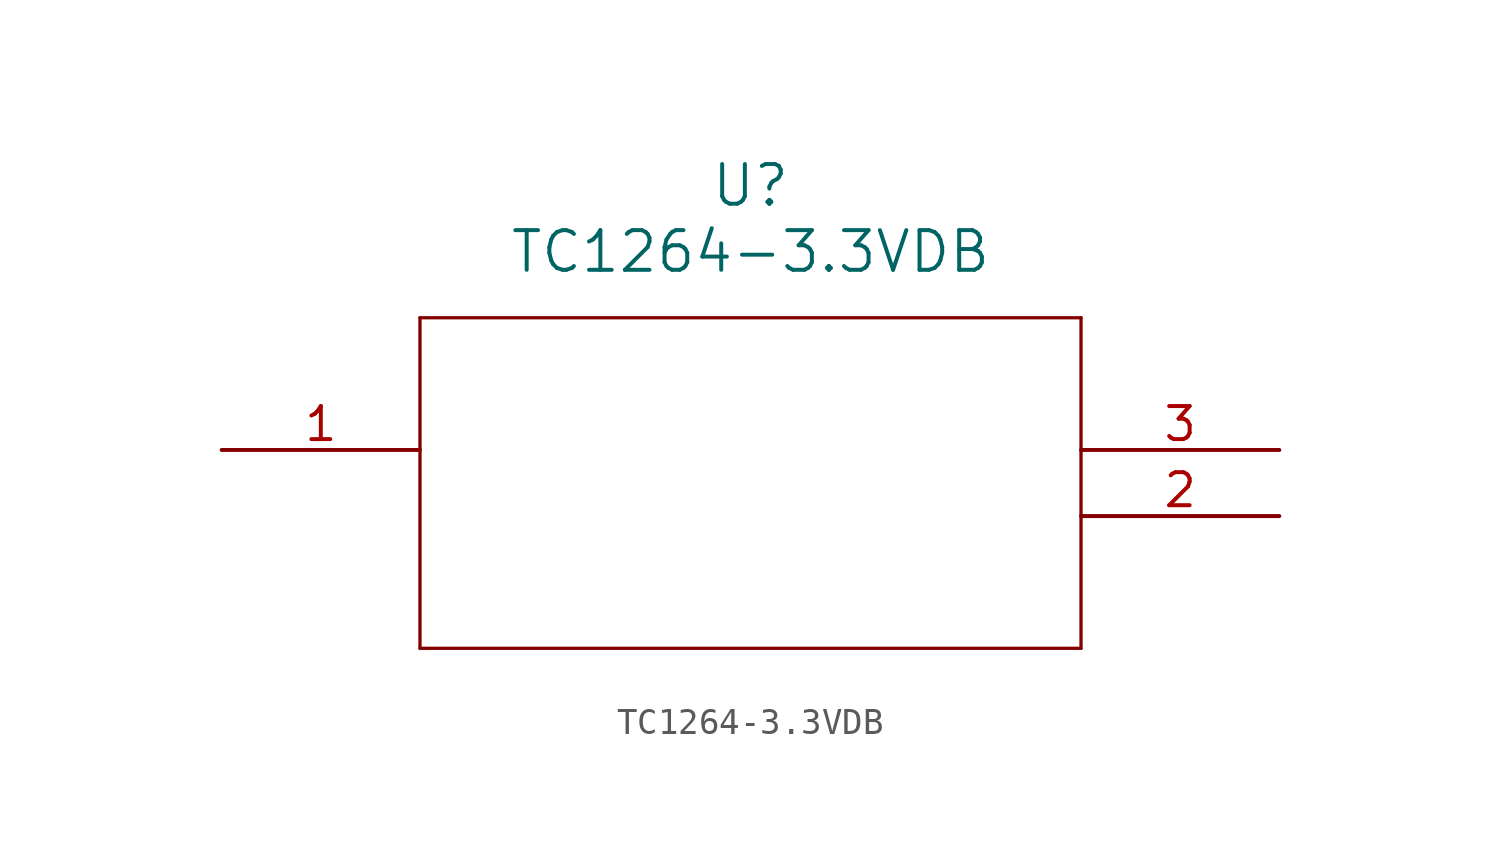
<source format=kicad_sym>
(kicad_symbol_lib
  (version 20220914)
  (generator kicad_symbol_editor)
  (symbol "TC1264-3.3VDB"
    (pin_names
      (offset 0.254))
    (property "Reference" "U"
      (at 0 11.43 0)
      (effects (font (size 1.524 1.524))))
    (property "Value" "TC1264-3.3VDB"
      (at 0 8.89 0)
      (effects (font (size 1.524 1.524))))
    (property "ki_locked" ""
      (at 0 0 0)
      (effects (font (size 1.27 1.27))))
    (symbol "TC1264-3.3VDB_0_1"
      (polyline (pts (xy -12.7 -6.35) (xy 12.7 -6.35)) (stroke (width 0.127) (type default)) (fill (type none)))
      (polyline (pts (xy -12.7 6.35) (xy -12.7 -6.35)) (stroke (width 0.127) (type default)) (fill (type none)))
      (polyline (pts (xy 12.7 -6.35) (xy 12.7 6.35)) (stroke (width 0.127) (type default)) (fill (type none)))
      (polyline (pts (xy 12.7 6.35) (xy -12.7 6.35)) (stroke (width 0.127) (type default)) (fill (type none)))
      (pin unspecified line (at 20.32 -1.27 180) (length 7.62) (name "" (effects (font (size 1.27 1.27)))) (number "2" (effects (font (size 1.27 1.27)))))
      (pin unspecified line (at 20.32 1.27 180) (length 7.62) (name "" (effects (font (size 1.27 1.27)))) (number "3" (effects (font (size 1.27 1.27))))))
    (symbol "TC1264-3.3VDB_1_1"
      (pin power_in line (at -20.32 1.27 0) (length 7.62) (name "" (effects (font (size 1.27 1.27)))) (number "1" (effects (font (size 1.27 1.27))))))))
</source>
